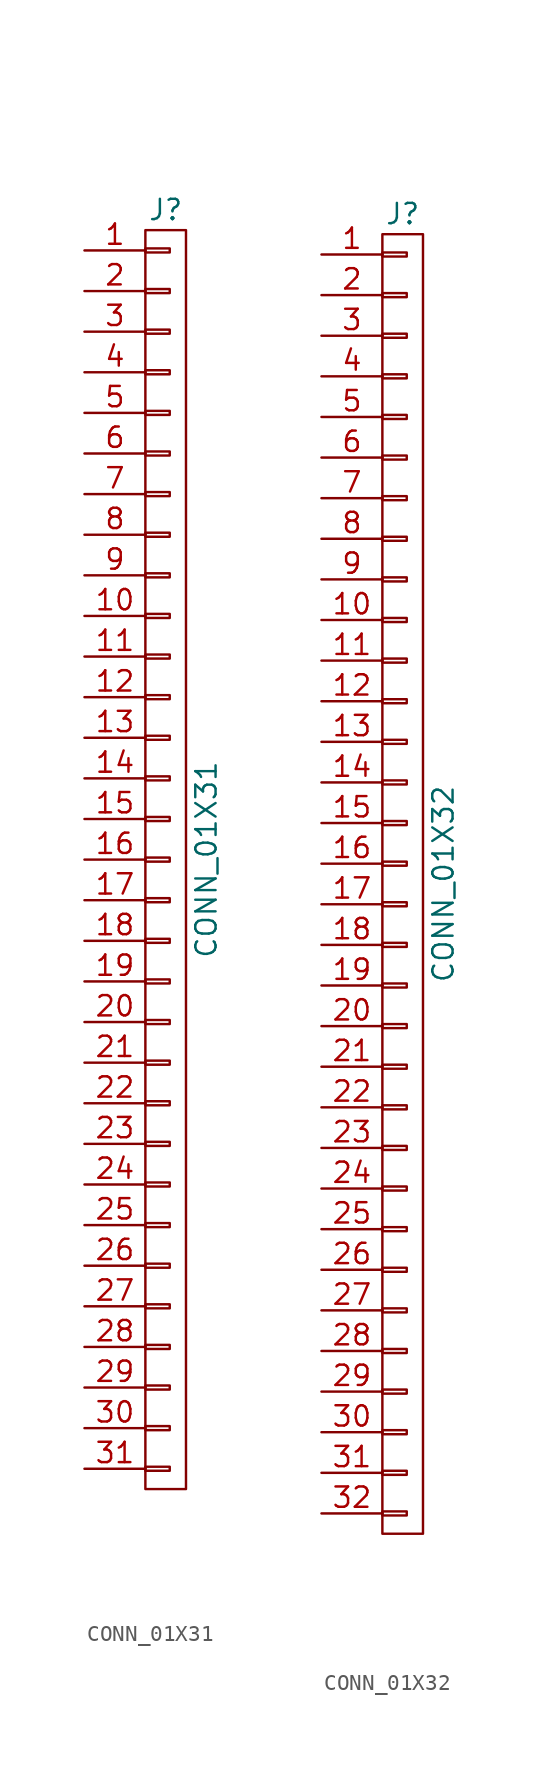
<source format=kicad_sym>
(kicad_symbol_lib
  (version 20211014)
  (generator kicad_symbol_editor)
  (symbol "CONN_01X31"
    (pin_names
      (offset 1.016) hide)
    (property "Reference" "J"
      (at 0 40.64 0)
      (effects (font (size 1.27 1.27))))
    (property "Value" "CONN_01X31"
      (at 2.54 0 90)
      (effects (font (size 1.27 1.27))))
    (symbol "CONN_01X31_0_1"
      (rectangle (start -1.27 -39.37) (end 1.27 39.37) (stroke (width 0) (type default) (color 0 0 0 0)) (fill (type none)))
      (rectangle (start -1.27 -37.973) (end 0.254 -38.227) (stroke (width 0) (type default) (color 0 0 0 0)) (fill (type none)))
      (rectangle (start -1.27 -35.433) (end 0.254 -35.687) (stroke (width 0) (type default) (color 0 0 0 0)) (fill (type none)))
      (rectangle (start -1.27 -32.893) (end 0.254 -33.147) (stroke (width 0) (type default) (color 0 0 0 0)) (fill (type none)))
      (rectangle (start -1.27 -30.353) (end 0.254 -30.607) (stroke (width 0) (type default) (color 0 0 0 0)) (fill (type none)))
      (rectangle (start -1.27 -27.813) (end 0.254 -28.067) (stroke (width 0) (type default) (color 0 0 0 0)) (fill (type none)))
      (rectangle (start -1.27 -25.273) (end 0.254 -25.527) (stroke (width 0) (type default) (color 0 0 0 0)) (fill (type none)))
      (rectangle (start -1.27 -22.733) (end 0.254 -22.987) (stroke (width 0) (type default) (color 0 0 0 0)) (fill (type none)))
      (rectangle (start -1.27 -20.193) (end 0.254 -20.447) (stroke (width 0) (type default) (color 0 0 0 0)) (fill (type none)))
      (rectangle (start -1.27 -17.653) (end 0.254 -17.907) (stroke (width 0) (type default) (color 0 0 0 0)) (fill (type none)))
      (rectangle (start -1.27 -15.113) (end 0.254 -15.367) (stroke (width 0) (type default) (color 0 0 0 0)) (fill (type none)))
      (rectangle (start -1.27 -12.573) (end 0.254 -12.827) (stroke (width 0) (type default) (color 0 0 0 0)) (fill (type none)))
      (rectangle (start -1.27 -10.033) (end 0.254 -10.287) (stroke (width 0) (type default) (color 0 0 0 0)) (fill (type none)))
      (rectangle (start -1.27 -7.493) (end 0.254 -7.747) (stroke (width 0) (type default) (color 0 0 0 0)) (fill (type none)))
      (rectangle (start -1.27 -4.953) (end 0.254 -5.207) (stroke (width 0) (type default) (color 0 0 0 0)) (fill (type none)))
      (rectangle (start -1.27 -2.413) (end 0.254 -2.667) (stroke (width 0) (type default) (color 0 0 0 0)) (fill (type none)))
      (rectangle (start -1.27 0.127) (end 0.254 -0.127) (stroke (width 0) (type default) (color 0 0 0 0)) (fill (type none)))
      (rectangle (start -1.27 2.667) (end 0.254 2.413) (stroke (width 0) (type default) (color 0 0 0 0)) (fill (type none)))
      (rectangle (start -1.27 5.207) (end 0.254 4.953) (stroke (width 0) (type default) (color 0 0 0 0)) (fill (type none)))
      (rectangle (start -1.27 7.747) (end 0.254 7.493) (stroke (width 0) (type default) (color 0 0 0 0)) (fill (type none)))
      (rectangle (start -1.27 10.287) (end 0.254 10.033) (stroke (width 0) (type default) (color 0 0 0 0)) (fill (type none)))
      (rectangle (start -1.27 12.827) (end 0.254 12.573) (stroke (width 0) (type default) (color 0 0 0 0)) (fill (type none)))
      (rectangle (start -1.27 15.367) (end 0.254 15.113) (stroke (width 0) (type default) (color 0 0 0 0)) (fill (type none)))
      (rectangle (start -1.27 17.907) (end 0.254 17.653) (stroke (width 0) (type default) (color 0 0 0 0)) (fill (type none)))
      (rectangle (start -1.27 20.447) (end 0.254 20.193) (stroke (width 0) (type default) (color 0 0 0 0)) (fill (type none)))
      (rectangle (start -1.27 22.987) (end 0.254 22.733) (stroke (width 0) (type default) (color 0 0 0 0)) (fill (type none)))
      (rectangle (start -1.27 25.527) (end 0.254 25.273) (stroke (width 0) (type default) (color 0 0 0 0)) (fill (type none)))
      (rectangle (start -1.27 28.067) (end 0.254 27.813) (stroke (width 0) (type default) (color 0 0 0 0)) (fill (type none)))
      (rectangle (start -1.27 30.607) (end 0.254 30.353) (stroke (width 0) (type default) (color 0 0 0 0)) (fill (type none)))
      (rectangle (start -1.27 33.147) (end 0.254 32.893) (stroke (width 0) (type default) (color 0 0 0 0)) (fill (type none)))
      (rectangle (start -1.27 35.687) (end 0.254 35.433) (stroke (width 0) (type default) (color 0 0 0 0)) (fill (type none)))
      (rectangle (start -1.27 38.227) (end 0.254 37.973) (stroke (width 0) (type default) (color 0 0 0 0)) (fill (type none))))
    (symbol "CONN_01X31_1_1"
      (pin passive line (at -5.08 38.1 0) (length 3.81) (name "P1" (effects (font (size 1.27 1.27)))) (number "1" (effects (font (size 1.27 1.27)))))
      (pin passive line (at -5.08 15.24 0) (length 3.81) (name "P10" (effects (font (size 1.27 1.27)))) (number "10" (effects (font (size 1.27 1.27)))))
      (pin passive line (at -5.08 12.7 0) (length 3.81) (name "P11" (effects (font (size 1.27 1.27)))) (number "11" (effects (font (size 1.27 1.27)))))
      (pin passive line (at -5.08 10.16 0) (length 3.81) (name "P12" (effects (font (size 1.27 1.27)))) (number "12" (effects (font (size 1.27 1.27)))))
      (pin passive line (at -5.08 7.62 0) (length 3.81) (name "P13" (effects (font (size 1.27 1.27)))) (number "13" (effects (font (size 1.27 1.27)))))
      (pin passive line (at -5.08 5.08 0) (length 3.81) (name "P14" (effects (font (size 1.27 1.27)))) (number "14" (effects (font (size 1.27 1.27)))))
      (pin passive line (at -5.08 2.54 0) (length 3.81) (name "P15" (effects (font (size 1.27 1.27)))) (number "15" (effects (font (size 1.27 1.27)))))
      (pin passive line (at -5.08 0 0) (length 3.81) (name "P16" (effects (font (size 1.27 1.27)))) (number "16" (effects (font (size 1.27 1.27)))))
      (pin passive line (at -5.08 -2.54 0) (length 3.81) (name "P17" (effects (font (size 1.27 1.27)))) (number "17" (effects (font (size 1.27 1.27)))))
      (pin passive line (at -5.08 -5.08 0) (length 3.81) (name "P18" (effects (font (size 1.27 1.27)))) (number "18" (effects (font (size 1.27 1.27)))))
      (pin passive line (at -5.08 -7.62 0) (length 3.81) (name "P19" (effects (font (size 1.27 1.27)))) (number "19" (effects (font (size 1.27 1.27)))))
      (pin passive line (at -5.08 35.56 0) (length 3.81) (name "P2" (effects (font (size 1.27 1.27)))) (number "2" (effects (font (size 1.27 1.27)))))
      (pin passive line (at -5.08 -10.16 0) (length 3.81) (name "P20" (effects (font (size 1.27 1.27)))) (number "20" (effects (font (size 1.27 1.27)))))
      (pin passive line (at -5.08 -12.7 0) (length 3.81) (name "P21" (effects (font (size 1.27 1.27)))) (number "21" (effects (font (size 1.27 1.27)))))
      (pin passive line (at -5.08 -15.24 0) (length 3.81) (name "P22" (effects (font (size 1.27 1.27)))) (number "22" (effects (font (size 1.27 1.27)))))
      (pin passive line (at -5.08 -17.78 0) (length 3.81) (name "P23" (effects (font (size 1.27 1.27)))) (number "23" (effects (font (size 1.27 1.27)))))
      (pin passive line (at -5.08 -20.32 0) (length 3.81) (name "P24" (effects (font (size 1.27 1.27)))) (number "24" (effects (font (size 1.27 1.27)))))
      (pin passive line (at -5.08 -22.86 0) (length 3.81) (name "P25" (effects (font (size 1.27 1.27)))) (number "25" (effects (font (size 1.27 1.27)))))
      (pin passive line (at -5.08 -25.4 0) (length 3.81) (name "P26" (effects (font (size 1.27 1.27)))) (number "26" (effects (font (size 1.27 1.27)))))
      (pin passive line (at -5.08 -27.94 0) (length 3.81) (name "P27" (effects (font (size 1.27 1.27)))) (number "27" (effects (font (size 1.27 1.27)))))
      (pin passive line (at -5.08 -30.48 0) (length 3.81) (name "P28" (effects (font (size 1.27 1.27)))) (number "28" (effects (font (size 1.27 1.27)))))
      (pin passive line (at -5.08 -33.02 0) (length 3.81) (name "P29" (effects (font (size 1.27 1.27)))) (number "29" (effects (font (size 1.27 1.27)))))
      (pin passive line (at -5.08 33.02 0) (length 3.81) (name "P3" (effects (font (size 1.27 1.27)))) (number "3" (effects (font (size 1.27 1.27)))))
      (pin passive line (at -5.08 -35.56 0) (length 3.81) (name "P30" (effects (font (size 1.27 1.27)))) (number "30" (effects (font (size 1.27 1.27)))))
      (pin passive line (at -5.08 -38.1 0) (length 3.81) (name "P31" (effects (font (size 1.27 1.27)))) (number "31" (effects (font (size 1.27 1.27)))))
      (pin passive line (at -5.08 30.48 0) (length 3.81) (name "P4" (effects (font (size 1.27 1.27)))) (number "4" (effects (font (size 1.27 1.27)))))
      (pin passive line (at -5.08 27.94 0) (length 3.81) (name "P5" (effects (font (size 1.27 1.27)))) (number "5" (effects (font (size 1.27 1.27)))))
      (pin passive line (at -5.08 25.4 0) (length 3.81) (name "P6" (effects (font (size 1.27 1.27)))) (number "6" (effects (font (size 1.27 1.27)))))
      (pin passive line (at -5.08 22.86 0) (length 3.81) (name "P7" (effects (font (size 1.27 1.27)))) (number "7" (effects (font (size 1.27 1.27)))))
      (pin passive line (at -5.08 20.32 0) (length 3.81) (name "P8" (effects (font (size 1.27 1.27)))) (number "8" (effects (font (size 1.27 1.27)))))
      (pin passive line (at -5.08 17.78 0) (length 3.81) (name "P9" (effects (font (size 1.27 1.27)))) (number "9" (effects (font (size 1.27 1.27)))))))
  (symbol "CONN_01X32"
    (pin_names
      (offset 1.016) hide)
    (property "Reference" "J"
      (at 0 41.91 0)
      (effects (font (size 1.27 1.27))))
    (property "Value" "CONN_01X32"
      (at 2.54 0 90)
      (effects (font (size 1.27 1.27))))
    (symbol "CONN_01X32_0_1"
      (rectangle (start -1.27 -40.64) (end 1.27 40.64) (stroke (width 0) (type default) (color 0 0 0 0)) (fill (type none)))
      (rectangle (start -1.27 -39.243) (end 0.254 -39.497) (stroke (width 0) (type default) (color 0 0 0 0)) (fill (type none)))
      (rectangle (start -1.27 -36.703) (end 0.254 -36.957) (stroke (width 0) (type default) (color 0 0 0 0)) (fill (type none)))
      (rectangle (start -1.27 -34.163) (end 0.254 -34.417) (stroke (width 0) (type default) (color 0 0 0 0)) (fill (type none)))
      (rectangle (start -1.27 -31.623) (end 0.254 -31.877) (stroke (width 0) (type default) (color 0 0 0 0)) (fill (type none)))
      (rectangle (start -1.27 -29.083) (end 0.254 -29.337) (stroke (width 0) (type default) (color 0 0 0 0)) (fill (type none)))
      (rectangle (start -1.27 -26.543) (end 0.254 -26.797) (stroke (width 0) (type default) (color 0 0 0 0)) (fill (type none)))
      (rectangle (start -1.27 -24.003) (end 0.254 -24.257) (stroke (width 0) (type default) (color 0 0 0 0)) (fill (type none)))
      (rectangle (start -1.27 -21.463) (end 0.254 -21.717) (stroke (width 0) (type default) (color 0 0 0 0)) (fill (type none)))
      (rectangle (start -1.27 -18.923) (end 0.254 -19.177) (stroke (width 0) (type default) (color 0 0 0 0)) (fill (type none)))
      (rectangle (start -1.27 -16.383) (end 0.254 -16.637) (stroke (width 0) (type default) (color 0 0 0 0)) (fill (type none)))
      (rectangle (start -1.27 -13.843) (end 0.254 -14.097) (stroke (width 0) (type default) (color 0 0 0 0)) (fill (type none)))
      (rectangle (start -1.27 -11.303) (end 0.254 -11.557) (stroke (width 0) (type default) (color 0 0 0 0)) (fill (type none)))
      (rectangle (start -1.27 -8.763) (end 0.254 -9.017) (stroke (width 0) (type default) (color 0 0 0 0)) (fill (type none)))
      (rectangle (start -1.27 -6.223) (end 0.254 -6.477) (stroke (width 0) (type default) (color 0 0 0 0)) (fill (type none)))
      (rectangle (start -1.27 -3.683) (end 0.254 -3.937) (stroke (width 0) (type default) (color 0 0 0 0)) (fill (type none)))
      (rectangle (start -1.27 -1.143) (end 0.254 -1.397) (stroke (width 0) (type default) (color 0 0 0 0)) (fill (type none)))
      (rectangle (start -1.27 1.397) (end 0.254 1.143) (stroke (width 0) (type default) (color 0 0 0 0)) (fill (type none)))
      (rectangle (start -1.27 3.937) (end 0.254 3.683) (stroke (width 0) (type default) (color 0 0 0 0)) (fill (type none)))
      (rectangle (start -1.27 6.477) (end 0.254 6.223) (stroke (width 0) (type default) (color 0 0 0 0)) (fill (type none)))
      (rectangle (start -1.27 9.017) (end 0.254 8.763) (stroke (width 0) (type default) (color 0 0 0 0)) (fill (type none)))
      (rectangle (start -1.27 11.557) (end 0.254 11.303) (stroke (width 0) (type default) (color 0 0 0 0)) (fill (type none)))
      (rectangle (start -1.27 14.097) (end 0.254 13.843) (stroke (width 0) (type default) (color 0 0 0 0)) (fill (type none)))
      (rectangle (start -1.27 16.637) (end 0.254 16.383) (stroke (width 0) (type default) (color 0 0 0 0)) (fill (type none)))
      (rectangle (start -1.27 19.177) (end 0.254 18.923) (stroke (width 0) (type default) (color 0 0 0 0)) (fill (type none)))
      (rectangle (start -1.27 21.717) (end 0.254 21.463) (stroke (width 0) (type default) (color 0 0 0 0)) (fill (type none)))
      (rectangle (start -1.27 24.257) (end 0.254 24.003) (stroke (width 0) (type default) (color 0 0 0 0)) (fill (type none)))
      (rectangle (start -1.27 26.797) (end 0.254 26.543) (stroke (width 0) (type default) (color 0 0 0 0)) (fill (type none)))
      (rectangle (start -1.27 29.337) (end 0.254 29.083) (stroke (width 0) (type default) (color 0 0 0 0)) (fill (type none)))
      (rectangle (start -1.27 31.877) (end 0.254 31.623) (stroke (width 0) (type default) (color 0 0 0 0)) (fill (type none)))
      (rectangle (start -1.27 34.417) (end 0.254 34.163) (stroke (width 0) (type default) (color 0 0 0 0)) (fill (type none)))
      (rectangle (start -1.27 36.957) (end 0.254 36.703) (stroke (width 0) (type default) (color 0 0 0 0)) (fill (type none)))
      (rectangle (start -1.27 39.497) (end 0.254 39.243) (stroke (width 0) (type default) (color 0 0 0 0)) (fill (type none))))
    (symbol "CONN_01X32_1_1"
      (pin passive line (at -5.08 39.37 0) (length 3.81) (name "P1" (effects (font (size 1.27 1.27)))) (number "1" (effects (font (size 1.27 1.27)))))
      (pin passive line (at -5.08 16.51 0) (length 3.81) (name "P10" (effects (font (size 1.27 1.27)))) (number "10" (effects (font (size 1.27 1.27)))))
      (pin passive line (at -5.08 13.97 0) (length 3.81) (name "P11" (effects (font (size 1.27 1.27)))) (number "11" (effects (font (size 1.27 1.27)))))
      (pin passive line (at -5.08 11.43 0) (length 3.81) (name "P12" (effects (font (size 1.27 1.27)))) (number "12" (effects (font (size 1.27 1.27)))))
      (pin passive line (at -5.08 8.89 0) (length 3.81) (name "P13" (effects (font (size 1.27 1.27)))) (number "13" (effects (font (size 1.27 1.27)))))
      (pin passive line (at -5.08 6.35 0) (length 3.81) (name "P14" (effects (font (size 1.27 1.27)))) (number "14" (effects (font (size 1.27 1.27)))))
      (pin passive line (at -5.08 3.81 0) (length 3.81) (name "P15" (effects (font (size 1.27 1.27)))) (number "15" (effects (font (size 1.27 1.27)))))
      (pin passive line (at -5.08 1.27 0) (length 3.81) (name "P16" (effects (font (size 1.27 1.27)))) (number "16" (effects (font (size 1.27 1.27)))))
      (pin passive line (at -5.08 -1.27 0) (length 3.81) (name "P17" (effects (font (size 1.27 1.27)))) (number "17" (effects (font (size 1.27 1.27)))))
      (pin passive line (at -5.08 -3.81 0) (length 3.81) (name "P18" (effects (font (size 1.27 1.27)))) (number "18" (effects (font (size 1.27 1.27)))))
      (pin passive line (at -5.08 -6.35 0) (length 3.81) (name "P19" (effects (font (size 1.27 1.27)))) (number "19" (effects (font (size 1.27 1.27)))))
      (pin passive line (at -5.08 36.83 0) (length 3.81) (name "P2" (effects (font (size 1.27 1.27)))) (number "2" (effects (font (size 1.27 1.27)))))
      (pin passive line (at -5.08 -8.89 0) (length 3.81) (name "P20" (effects (font (size 1.27 1.27)))) (number "20" (effects (font (size 1.27 1.27)))))
      (pin passive line (at -5.08 -11.43 0) (length 3.81) (name "P21" (effects (font (size 1.27 1.27)))) (number "21" (effects (font (size 1.27 1.27)))))
      (pin passive line (at -5.08 -13.97 0) (length 3.81) (name "P22" (effects (font (size 1.27 1.27)))) (number "22" (effects (font (size 1.27 1.27)))))
      (pin passive line (at -5.08 -16.51 0) (length 3.81) (name "P23" (effects (font (size 1.27 1.27)))) (number "23" (effects (font (size 1.27 1.27)))))
      (pin passive line (at -5.08 -19.05 0) (length 3.81) (name "P24" (effects (font (size 1.27 1.27)))) (number "24" (effects (font (size 1.27 1.27)))))
      (pin passive line (at -5.08 -21.59 0) (length 3.81) (name "P25" (effects (font (size 1.27 1.27)))) (number "25" (effects (font (size 1.27 1.27)))))
      (pin passive line (at -5.08 -24.13 0) (length 3.81) (name "P26" (effects (font (size 1.27 1.27)))) (number "26" (effects (font (size 1.27 1.27)))))
      (pin passive line (at -5.08 -26.67 0) (length 3.81) (name "P27" (effects (font (size 1.27 1.27)))) (number "27" (effects (font (size 1.27 1.27)))))
      (pin passive line (at -5.08 -29.21 0) (length 3.81) (name "P28" (effects (font (size 1.27 1.27)))) (number "28" (effects (font (size 1.27 1.27)))))
      (pin passive line (at -5.08 -31.75 0) (length 3.81) (name "P29" (effects (font (size 1.27 1.27)))) (number "29" (effects (font (size 1.27 1.27)))))
      (pin passive line (at -5.08 34.29 0) (length 3.81) (name "P3" (effects (font (size 1.27 1.27)))) (number "3" (effects (font (size 1.27 1.27)))))
      (pin passive line (at -5.08 -34.29 0) (length 3.81) (name "P30" (effects (font (size 1.27 1.27)))) (number "30" (effects (font (size 1.27 1.27)))))
      (pin passive line (at -5.08 -36.83 0) (length 3.81) (name "P31" (effects (font (size 1.27 1.27)))) (number "31" (effects (font (size 1.27 1.27)))))
      (pin passive line (at -5.08 -39.37 0) (length 3.81) (name "P32" (effects (font (size 1.27 1.27)))) (number "32" (effects (font (size 1.27 1.27)))))
      (pin passive line (at -5.08 31.75 0) (length 3.81) (name "P4" (effects (font (size 1.27 1.27)))) (number "4" (effects (font (size 1.27 1.27)))))
      (pin passive line (at -5.08 29.21 0) (length 3.81) (name "P5" (effects (font (size 1.27 1.27)))) (number "5" (effects (font (size 1.27 1.27)))))
      (pin passive line (at -5.08 26.67 0) (length 3.81) (name "P6" (effects (font (size 1.27 1.27)))) (number "6" (effects (font (size 1.27 1.27)))))
      (pin passive line (at -5.08 24.13 0) (length 3.81) (name "P7" (effects (font (size 1.27 1.27)))) (number "7" (effects (font (size 1.27 1.27)))))
      (pin passive line (at -5.08 21.59 0) (length 3.81) (name "P8" (effects (font (size 1.27 1.27)))) (number "8" (effects (font (size 1.27 1.27)))))
      (pin passive line (at -5.08 19.05 0) (length 3.81) (name "P9" (effects (font (size 1.27 1.27)))) (number "9" (effects (font (size 1.27 1.27))))))))
</source>
